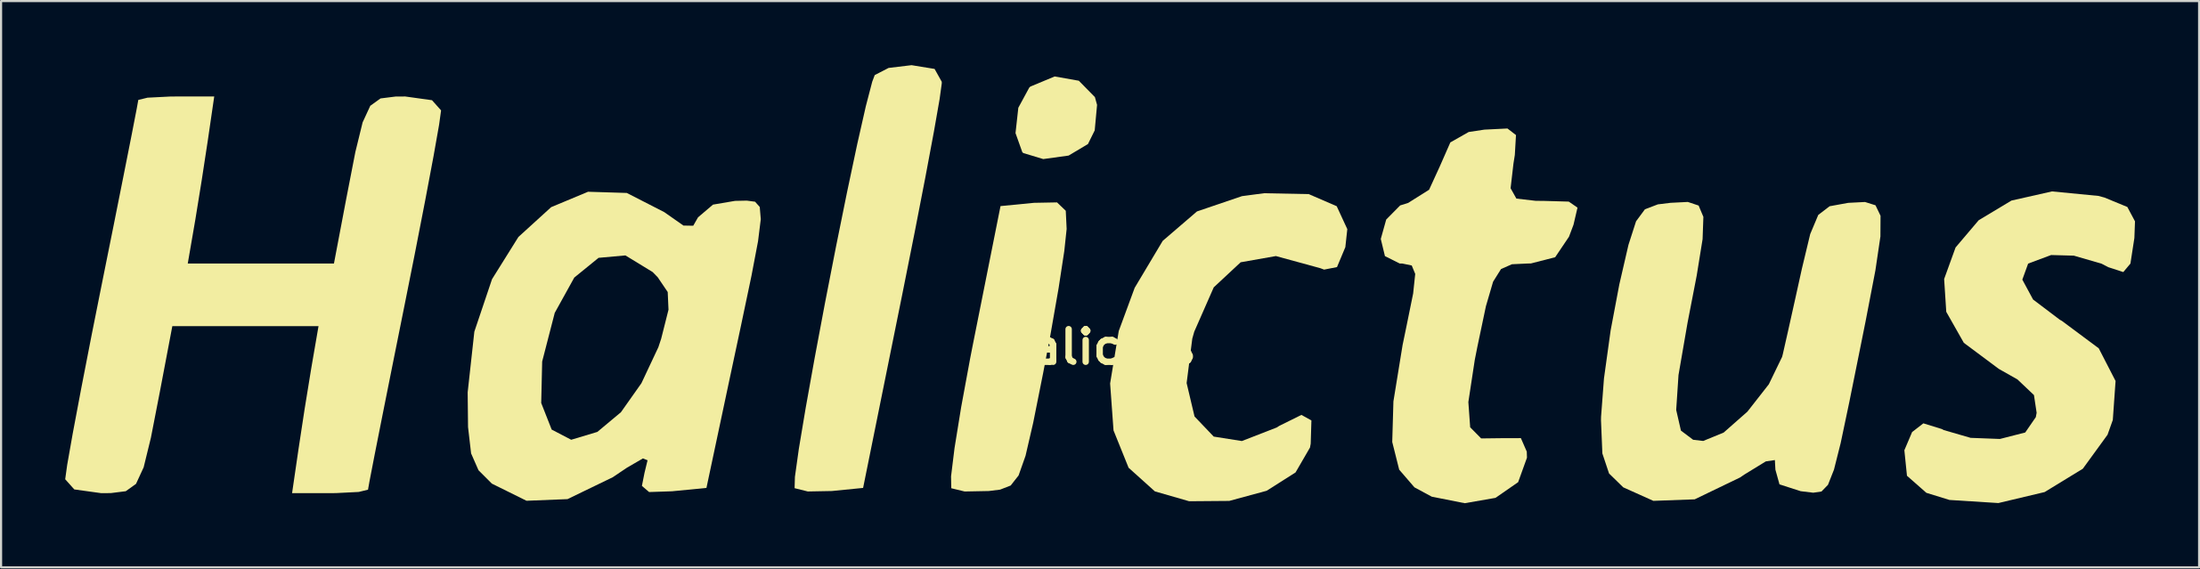
<source format=kicad_pcb>
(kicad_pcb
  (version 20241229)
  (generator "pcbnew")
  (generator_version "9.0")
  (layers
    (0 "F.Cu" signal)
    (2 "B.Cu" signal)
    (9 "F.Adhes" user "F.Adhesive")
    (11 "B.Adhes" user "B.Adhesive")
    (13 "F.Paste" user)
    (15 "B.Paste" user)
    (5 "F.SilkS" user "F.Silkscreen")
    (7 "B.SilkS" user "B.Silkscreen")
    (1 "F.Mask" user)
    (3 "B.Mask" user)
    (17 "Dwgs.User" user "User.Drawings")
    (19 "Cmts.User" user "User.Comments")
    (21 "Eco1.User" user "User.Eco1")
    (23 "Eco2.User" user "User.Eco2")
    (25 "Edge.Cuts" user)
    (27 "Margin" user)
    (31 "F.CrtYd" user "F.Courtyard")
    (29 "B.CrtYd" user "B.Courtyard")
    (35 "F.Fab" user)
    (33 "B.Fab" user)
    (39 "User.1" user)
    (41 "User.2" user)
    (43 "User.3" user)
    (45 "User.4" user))
  (footprint "halictus"
    (layer "F.Cu")
    (at 48.358 13.188)
    (property "Reference" "halictus" (at 0 0 0) (layer "F.SilkS") (effects (font (size 1.524 1.524) (thickness 0.3))))
    (attr board_only exclude_from_pos_files exclude_from_bom)
    (fp_poly (pts (xy -0.938 -12.46) (xy -0.186 -11.694) (xy -0.085 -11.33) (xy -0.195 -10.136) (xy -0.511 -9.498) (xy -1.416 -8.958) (xy -2.603 -8.795) (xy -3.536 -9.076) (xy -3.582 -9.118) (xy -3.9 -10.009) (xy -3.769 -11.195) (xy -3.256 -12.141) (xy -3.202 -12.189) (xy -2.068 -12.66)) (stroke (width 0) (type solid)) (fill yes) (layer "F.SilkS"))
    (fp_poly (pts (xy -1.549 -6.375) (xy -1.508 -5.526) (xy -1.618 -4.492) (xy -1.883 -2.763) (xy -2.261 -0.601) (xy -2.608 1.221) (xy -3.074 3.55) (xy -3.431 5.09) (xy -3.756 6.011) (xy -4.127 6.482) (xy -4.622 6.674) (xy -5.148 6.739) (xy -6.279 6.761) (xy -6.905 6.609) (xy -6.916 6.055) (xy -6.753 4.729) (xy -6.443 2.815) (xy -6.015 0.497) (xy -5.892 -0.13) (xy -4.602 -6.594) (xy -3.034 -6.747) (xy -1.958 -6.767)) (stroke (width 0) (type solid)) (fill yes) (layer "F.SilkS"))
    (fp_poly (pts (xy -7.686 -13.013) (xy -7.35 -12.411) (xy -7.35 -12.334) (xy -7.451 -11.601) (xy -7.718 -10.077) (xy -8.12 -7.93) (xy -8.626 -5.326) (xy -9.202 -2.442) (xy -11.03 6.594) (xy -12.493 6.739) (xy -13.618 6.76) (xy -14.235 6.606) (xy -14.22 6.077) (xy -14.037 4.768) (xy -13.718 2.86) (xy -13.299 0.528) (xy -12.815 -2.05) (xy -12.298 -4.696) (xy -11.784 -7.233) (xy -11.307 -9.484) (xy -10.902 -11.27) (xy -10.603 -12.416) (xy -10.486 -12.725) (xy -9.838 -13.059) (xy -8.763 -13.188)) (stroke (width 0) (type solid)) (fill yes) (layer "F.SilkS"))
    (fp_poly (pts (xy 9.817 -7.155) (xy 11.126 -6.589) (xy 11.622 -5.516) (xy 11.53 -4.672) (xy 11.14 -3.74) (xy 10.537 -3.622) (xy 10.359 -3.688) (xy 8.281 -4.256) (xy 6.633 -3.965) (xy 5.374 -2.793) (xy 4.462 -0.718) (xy 4.37 -0.393) (xy 4.105 1.687) (xy 4.475 3.251) (xy 5.373 4.192) (xy 6.69 4.4) (xy 8.318 3.767) (xy 8.437 3.691) (xy 9.476 3.177) (xy 9.943 3.437) (xy 9.91 4.522) (xy 9.876 4.705) (xy 9.201 5.869) (xy 7.85 6.727) (xy 6.099 7.202) (xy 4.223 7.217) (xy 2.62 6.756) (xy 1.39 5.65) (xy 0.685 3.903) (xy 0.526 1.706) (xy 0.929 -0.747) (xy 1.675 -2.771) (xy 2.986 -4.967) (xy 4.589 -6.344) (xy 6.696 -7.06) (xy 7.721 -7.196)) (stroke (width 0) (type solid)) (fill yes) (layer "F.SilkS"))
    (fp_poly (pts (xy 46.763 -7.07) (xy 47.049 -6.992) (xy 48.114 -6.552) (xy 48.472 -5.88) (xy 48.443 -5.103) (xy 48.258 -3.904) (xy 47.924 -3.506) (xy 47.221 -3.736) (xy 46.91 -3.898) (xy 45.611 -4.275) (xy 44.548 -4.304) (xy 43.473 -3.903) (xy 43.201 -3.153) (xy 43.704 -2.222) (xy 44.955 -1.276) (xy 45.051 -1.223) (xy 46.776 0.061) (xy 47.563 1.59) (xy 47.434 3.414) (xy 47.187 4.106) (xy 46.031 5.696) (xy 44.244 6.788) (xy 42.08 7.302) (xy 39.793 7.157) (xy 38.711 6.823) (xy 37.804 6.025) (xy 37.682 4.831) (xy 38.045 3.979) (xy 38.571 3.572) (xy 39.436 3.839) (xy 39.526 3.887) (xy 40.782 4.251) (xy 42.152 4.303) (xy 43.337 4) (xy 43.832 3.281) (xy 43.87 3.078) (xy 43.745 2.25) (xy 42.975 1.519) (xy 42.099 1.023) (xy 40.464 -0.196) (xy 39.642 -1.647) (xy 39.543 -3.182) (xy 40.078 -4.658) (xy 41.157 -5.93) (xy 42.69 -6.852) (xy 44.589 -7.281)) (stroke (width 0) (type solid)) (fill yes) (layer "F.SilkS"))
    (fp_poly (pts (xy 19.513 -9.918) (xy 19.459 -8.987) (xy 19.395 -8.584) (xy 19.261 -7.429) (xy 19.532 -6.945) (xy 20.44 -6.84) (xy 20.79 -6.838) (xy 21.983 -6.804) (xy 22.391 -6.522) (xy 22.205 -5.724) (xy 21.993 -5.161) (xy 21.346 -4.201) (xy 20.208 -3.909) (xy 20.072 -3.908) (xy 19.324 -3.873) (xy 18.814 -3.649) (xy 18.442 -3.055) (xy 18.107 -1.911) (xy 17.712 -0.036) (xy 17.585 0.604) (xy 17.285 2.575) (xy 17.37 3.757) (xy 17.884 4.278) (xy 18.863 4.266) (xy 19.742 4.264) (xy 20.018 4.895) (xy 20.027 5.179) (xy 19.614 6.325) (xy 18.555 7.059) (xy 17.118 7.309) (xy 15.573 7.004) (xy 14.763 6.567) (xy 14.049 5.74) (xy 13.724 4.445) (xy 13.779 2.545) (xy 14.208 -0.093) (xy 14.366 -0.855) (xy 14.702 -2.505) (xy 14.799 -3.42) (xy 14.636 -3.815) (xy 14.192 -3.907) (xy 14.072 -3.908) (xy 13.382 -4.254) (xy 13.188 -5.057) (xy 13.442 -5.965) (xy 14.094 -6.625) (xy 14.468 -6.742) (xy 15.448 -7.359) (xy 15.949 -8.452) (xy 16.442 -9.574) (xy 17.3 -10.061) (xy 18.036 -10.172) (xy 19.114 -10.225)) (stroke (width 0) (type solid)) (fill yes) (layer "F.SilkS"))
    (fp_poly (pts (xy -22.085 -7.209) (xy -20.336 -6.314) (xy -19.434 -5.683) (xy -18.977 -5.675) (xy -18.752 -6.069) (xy -18.053 -6.663) (xy -17.022 -6.838) (xy -16.471 -6.85) (xy -16.084 -6.799) (xy -15.865 -6.552) (xy -15.817 -5.98) (xy -15.945 -4.95) (xy -16.253 -3.33) (xy -16.745 -0.991) (xy -17.282 1.526) (xy -18.359 6.594) (xy -19.97 6.751) (xy -21.041 6.787) (xy -21.378 6.499) (xy -21.256 5.886) (xy -21.114 5.3) (xy -21.33 5.213) (xy -22.08 5.649) (xy -22.746 6.096) (xy -24.858 7.118) (xy -26.777 7.195) (xy -28.399 6.392) (xy -29.023 5.767) (xy -29.369 4.979) (xy -29.512 3.745) (xy -29.524 2.62) (xy -26.089 2.62) (xy -25.599 3.864) (xy -24.686 4.34) (xy -23.463 3.973) (xy -22.361 3.053) (xy -21.401 1.694) (xy -20.608 0.008) (xy -20.476 -0.39) (xy -20.134 -1.746) (xy -20.171 -2.573) (xy -20.637 -3.262) (xy -20.875 -3.507) (xy -22.15 -4.286) (xy -23.406 -4.173) (xy -24.542 -3.249) (xy -25.456 -1.598) (xy -26.044 0.679) (xy -26.089 2.62) (xy -29.524 2.62) (xy -29.529 2.118) (xy -29.217 -0.719) (xy -28.39 -3.174) (xy -27.156 -5.149) (xy -25.623 -6.545) (xy -23.897 -7.265)) (stroke (width 0) (type solid)) (fill yes) (layer "F.SilkS"))
    (fp_poly (pts (xy -41.689 -9.647) (xy -41.972 -7.799) (xy -42.268 -5.972) (xy -42.308 -5.739) (xy -42.624 -3.908) (xy -35.785 -3.908) (xy -35.205 -6.961) (xy -34.783 -9.128) (xy -34.444 -10.512) (xy -34.085 -11.288) (xy -33.607 -11.632) (xy -32.905 -11.72) (xy -32.45 -11.723) (xy -31.198 -11.549) (xy -30.773 -11.073) (xy -30.866 -10.401) (xy -31.124 -8.941) (xy -31.516 -6.86) (xy -32.009 -4.327) (xy -32.483 -1.954) (xy -33.034 0.788) (xy -33.512 3.178) (xy -33.885 5.06) (xy -34.121 6.279) (xy -34.192 6.677) (xy -34.624 6.782) (xy -35.689 6.836) (xy -35.968 6.838) (xy -37.744 6.838) (xy -37.441 4.763) (xy -37.159 2.914) (xy -36.862 1.088) (xy -36.823 0.855) (xy -36.507 -0.977) (xy -43.346 -0.977) (xy -43.926 2.076) (xy -44.348 4.244) (xy -44.687 5.628) (xy -45.045 6.404) (xy -45.524 6.748) (xy -46.225 6.836) (xy -46.681 6.838) (xy -47.933 6.664) (xy -48.358 6.188) (xy -48.265 5.517) (xy -48.007 4.056) (xy -47.615 1.975) (xy -47.122 -0.558) (xy -46.648 -2.931) (xy -46.096 -5.673) (xy -45.619 -8.063) (xy -45.246 -9.945) (xy -45.01 -11.163) (xy -44.938 -11.562) (xy -44.507 -11.667) (xy -43.442 -11.721) (xy -43.162 -11.723) (xy -41.386 -11.723)) (stroke (width 0) (type solid)) (fill yes) (layer "F.SilkS"))
    (fp_poly (pts (xy 28.057 -6.62) (xy 28.28 -6.091) (xy 28.243 -5.049) (xy 27.967 -3.339) (xy 27.537 -1.124) (xy 27.116 1.311) (xy 27.008 2.946) (xy 27.23 3.912) (xy 27.801 4.341) (xy 28.272 4.396) (xy 29.228 4.004) (xy 30.34 3.024) (xy 31.341 1.745) (xy 31.963 0.461) (xy 31.997 0.329) (xy 32.234 -0.716) (xy 32.591 -2.318) (xy 32.888 -3.663) (xy 33.277 -5.284) (xy 33.654 -6.18) (xy 34.185 -6.587) (xy 35.039 -6.743) (xy 35.083 -6.747) (xy 35.841 -6.786) (xy 36.332 -6.632) (xy 36.568 -6.141) (xy 36.562 -5.173) (xy 36.327 -3.584) (xy 35.874 -1.232) (xy 35.662 -0.176) (xy 35.109 2.565) (xy 34.704 4.489) (xy 34.39 5.737) (xy 34.109 6.449) (xy 33.805 6.762) (xy 33.42 6.818) (xy 32.898 6.755) (xy 32.832 6.747) (xy 31.84 6.427) (xy 31.649 5.74) (xy 31.624 5.29) (xy 31.2 5.353) (xy 30.202 5.965) (xy 29.994 6.106) (xy 27.874 7.128) (xy 25.94 7.199) (xy 24.532 6.567) (xy 23.867 5.918) (xy 23.554 4.981) (xy 23.49 3.428) (xy 23.493 3.269) (xy 23.629 1.472) (xy 23.941 -0.778) (xy 24.348 -2.931) (xy 24.775 -4.781) (xy 25.13 -5.883) (xy 25.546 -6.445) (xy 26.151 -6.675) (xy 26.743 -6.747) (xy 27.552 -6.788)) (stroke (width 0) (type solid)) (fill yes) (layer "F.SilkS")))
  (gr_rect
    (start -3 -3)
    (end 99.829 23.497)
    (stroke (width 0.1) (type default))
    (fill no)
    (layer "Edge.Cuts")))
</source>
